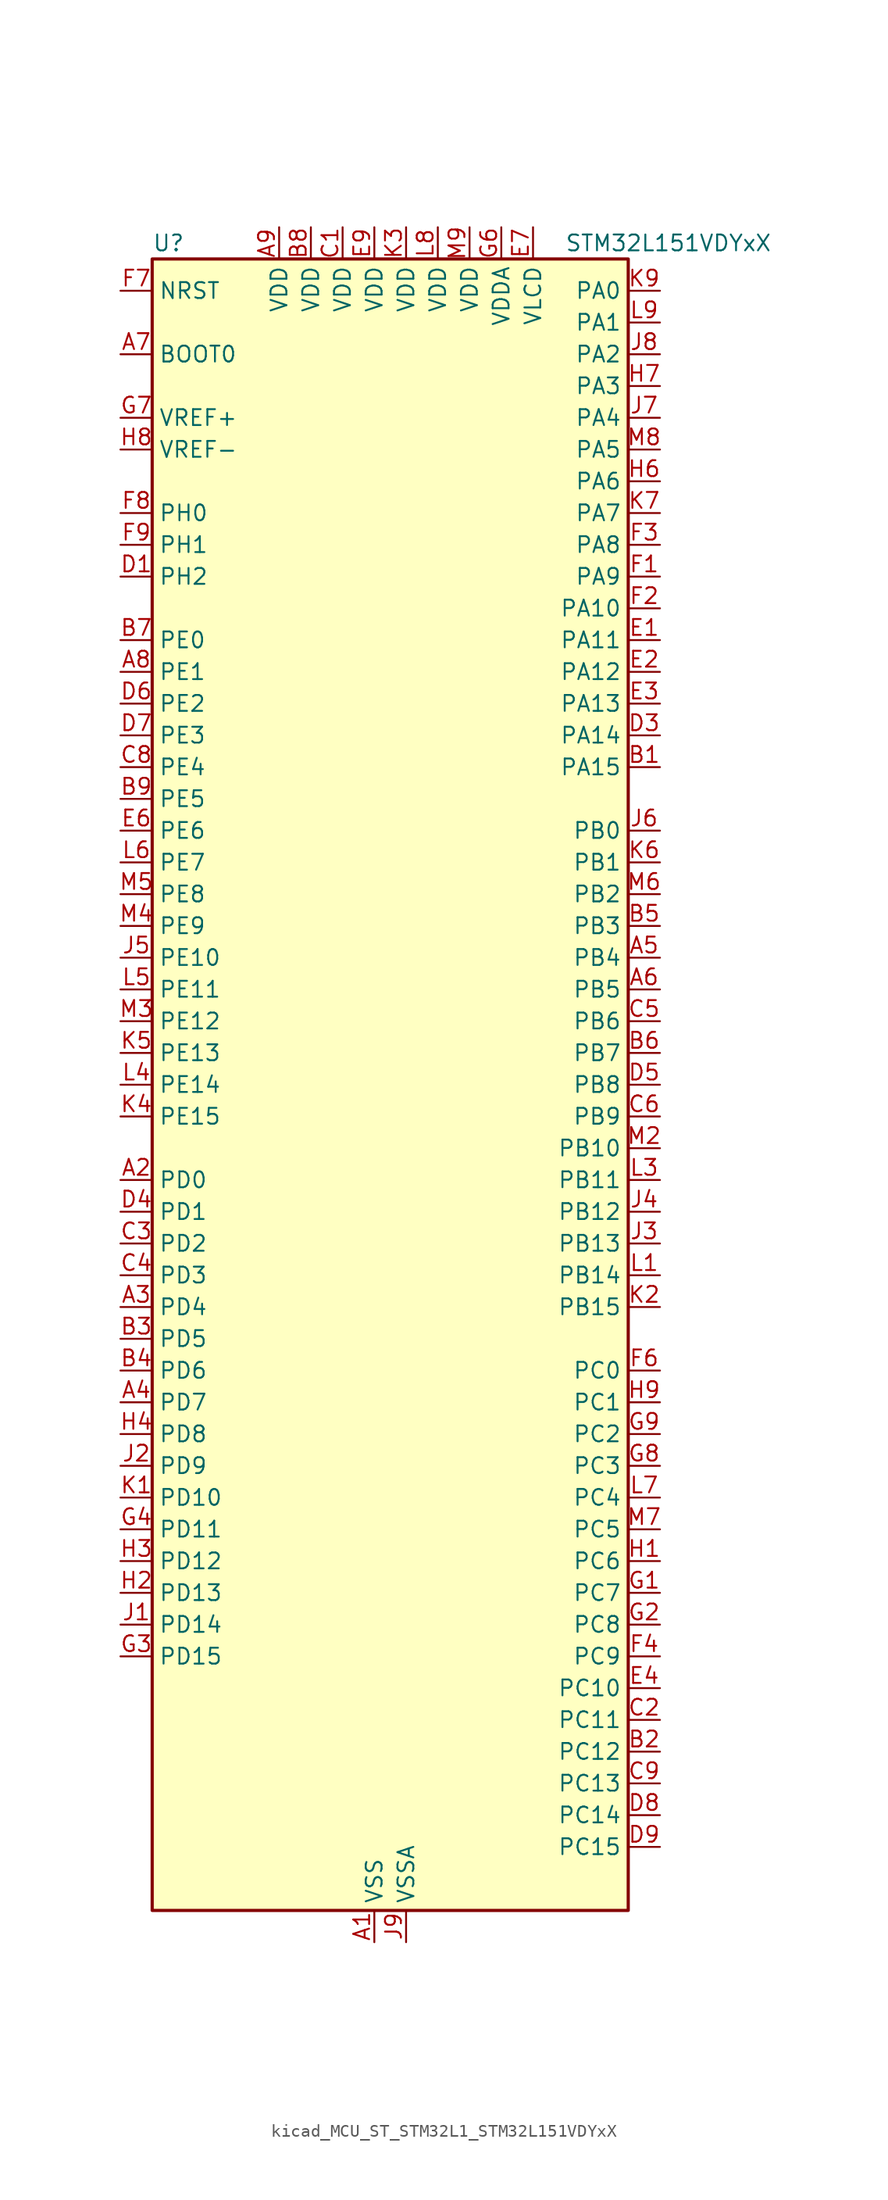
<source format=kicad_sym>
(kicad_symbol_lib
  (version 20220914)
  (generator kicad_symbol_editor)
  (symbol "kicad_MCU_ST_STM32L1_STM32L151VDYxX"
    (property "Reference" "U"
      (at -17.78 67.31 0)
      (effects (font (size 1.27 1.27)) (justify left)))
    (property "Value" "STM32L151VDYxX"
      (at 15.24 67.31 0)
      (effects (font (size 1.27 1.27)) (justify left)))
    (property "ki_locked" ""
      (at 0 0 0)
      (effects (font (size 1.27 1.27))))
    (symbol "kicad_MCU_ST_STM32L1_STM32L151VDYxX_0_1"
      (rectangle (start -17.78 -66.04) (end 20.32 66.04) (stroke (width 0.254) (type default)) (fill (type background))))
    (symbol "kicad_MCU_ST_STM32L1_STM32L151VDYxX_1_1"
      (pin power_in line (at 0 -68.58 90) (length 2.54) (name "VSS" (effects (font (size 1.27 1.27)))) (number "A1" (effects (font (size 1.27 1.27)))))
      (pin bidirectional line (at -20.32 -7.62 0) (length 2.54) (name "PD0" (effects (font (size 1.27 1.27)))) (number "A2" (effects (font (size 1.27 1.27)))) (alternate "I2S2_WS" bidirectional line) (alternate "SPI2_NSS" bidirectional line) (alternate "TIM9_CH1" bidirectional line) (alternate "TIMX_IC1" bidirectional line))
      (pin bidirectional line (at -20.32 -17.78 0) (length 2.54) (name "PD4" (effects (font (size 1.27 1.27)))) (number "A3" (effects (font (size 1.27 1.27)))) (alternate "I2S2_SD" bidirectional line) (alternate "SPI2_MOSI" bidirectional line) (alternate "TIMX_IC1" bidirectional line) (alternate "USART2_RTS" bidirectional line))
      (pin bidirectional line (at -20.32 -25.4 0) (length 2.54) (name "PD7" (effects (font (size 1.27 1.27)))) (number "A4" (effects (font (size 1.27 1.27)))) (alternate "TIM9_CH2" bidirectional line) (alternate "TIMX_IC4" bidirectional line) (alternate "USART2_CK" bidirectional line))
      (pin bidirectional line (at 22.86 10.16 180) (length 2.54) (name "PB4" (effects (font (size 1.27 1.27)))) (number "A5" (effects (font (size 1.27 1.27)))) (alternate "COMP2_INP" bidirectional line) (alternate "SPI1_MISO" bidirectional line) (alternate "SPI3_MISO" bidirectional line) (alternate "SYS_JTRST" bidirectional line) (alternate "TIM3_CH1" bidirectional line) (alternate "TS_G6_IO1" bidirectional line))
      (pin bidirectional line (at 22.86 7.62 180) (length 2.54) (name "PB5" (effects (font (size 1.27 1.27)))) (number "A6" (effects (font (size 1.27 1.27)))) (alternate "COMP2_INP" bidirectional line) (alternate "I2C1_SMBA" bidirectional line) (alternate "I2S3_SD" bidirectional line) (alternate "SPI1_MOSI" bidirectional line) (alternate "SPI3_MOSI" bidirectional line) (alternate "TIM3_CH2" bidirectional line) (alternate "TS_G6_IO2" bidirectional line))
      (pin input line (at -20.32 58.42 0) (length 2.54) (name "BOOT0" (effects (font (size 1.27 1.27)))) (number "A7" (effects (font (size 1.27 1.27)))))
      (pin bidirectional line (at -20.32 33.02 0) (length 2.54) (name "PE1" (effects (font (size 1.27 1.27)))) (number "A8" (effects (font (size 1.27 1.27)))) (alternate "TIM11_CH1" bidirectional line) (alternate "TIMX_IC2" bidirectional line))
      (pin power_in line (at -7.62 68.58 270) (length 2.54) (name "VDD" (effects (font (size 1.27 1.27)))) (number "A9" (effects (font (size 1.27 1.27)))))
      (pin bidirectional line (at 22.86 25.4 180) (length 2.54) (name "PA15" (effects (font (size 1.27 1.27)))) (number "B1" (effects (font (size 1.27 1.27)))) (alternate "ADC_EXTI15" bidirectional line) (alternate "I2S3_WS" bidirectional line) (alternate "SPI1_NSS" bidirectional line) (alternate "SPI3_NSS" bidirectional line) (alternate "SYS_JTDI" bidirectional line) (alternate "TIM2_CH1" bidirectional line) (alternate "TIM2_ETR" bidirectional line) (alternate "TIMX_IC4" bidirectional line) (alternate "TS_G5_IO3" bidirectional line))
      (pin bidirectional line (at 22.86 -53.34 180) (length 2.54) (name "PC12" (effects (font (size 1.27 1.27)))) (number "B2" (effects (font (size 1.27 1.27)))) (alternate "I2S3_SD" bidirectional line) (alternate "SPI3_MOSI" bidirectional line) (alternate "TIMX_IC1" bidirectional line) (alternate "UART5_TX" bidirectional line) (alternate "USART3_CK" bidirectional line))
      (pin bidirectional line (at -20.32 -20.32 0) (length 2.54) (name "PD5" (effects (font (size 1.27 1.27)))) (number "B3" (effects (font (size 1.27 1.27)))) (alternate "TIMX_IC2" bidirectional line) (alternate "USART2_TX" bidirectional line))
      (pin bidirectional line (at -20.32 -22.86 0) (length 2.54) (name "PD6" (effects (font (size 1.27 1.27)))) (number "B4" (effects (font (size 1.27 1.27)))) (alternate "TIMX_IC3" bidirectional line) (alternate "USART2_RX" bidirectional line))
      (pin bidirectional line (at 22.86 12.7 180) (length 2.54) (name "PB3" (effects (font (size 1.27 1.27)))) (number "B5" (effects (font (size 1.27 1.27)))) (alternate "COMP2_INM" bidirectional line) (alternate "I2S3_CK" bidirectional line) (alternate "SPI1_SCK" bidirectional line) (alternate "SPI3_SCK" bidirectional line) (alternate "SYS_JTDO-TRACESWO" bidirectional line) (alternate "TIM2_CH2" bidirectional line))
      (pin bidirectional line (at 22.86 2.54 180) (length 2.54) (name "PB7" (effects (font (size 1.27 1.27)))) (number "B6" (effects (font (size 1.27 1.27)))) (alternate "COMP2_INP" bidirectional line) (alternate "I2C1_SDA" bidirectional line) (alternate "SYS_PVD_IN" bidirectional line) (alternate "TIM4_CH2" bidirectional line) (alternate "TS_G6_IO4" bidirectional line) (alternate "USART1_RX" bidirectional line))
      (pin bidirectional line (at -20.32 35.56 0) (length 2.54) (name "PE0" (effects (font (size 1.27 1.27)))) (number "B7" (effects (font (size 1.27 1.27)))) (alternate "TIM10_CH1" bidirectional line) (alternate "TIM4_ETR" bidirectional line) (alternate "TIMX_IC1" bidirectional line))
      (pin power_in line (at -5.08 68.58 270) (length 2.54) (name "VDD" (effects (font (size 1.27 1.27)))) (number "B8" (effects (font (size 1.27 1.27)))))
      (pin bidirectional line (at -20.32 22.86 0) (length 2.54) (name "PE5" (effects (font (size 1.27 1.27)))) (number "B9" (effects (font (size 1.27 1.27)))) (alternate "SYS_TRACED2" bidirectional line) (alternate "TIM9_CH1" bidirectional line) (alternate "TIMX_IC2" bidirectional line))
      (pin power_in line (at -2.54 68.58 270) (length 2.54) (name "VDD" (effects (font (size 1.27 1.27)))) (number "C1" (effects (font (size 1.27 1.27)))))
      (pin bidirectional line (at 22.86 -50.8 180) (length 2.54) (name "PC11" (effects (font (size 1.27 1.27)))) (number "C2" (effects (font (size 1.27 1.27)))) (alternate "ADC_EXTI11" bidirectional line) (alternate "SPI3_MISO" bidirectional line) (alternate "TIMX_IC4" bidirectional line) (alternate "UART4_RX" bidirectional line) (alternate "USART3_RX" bidirectional line))
      (pin bidirectional line (at -20.32 -12.7 0) (length 2.54) (name "PD2" (effects (font (size 1.27 1.27)))) (number "C3" (effects (font (size 1.27 1.27)))) (alternate "TIM3_ETR" bidirectional line) (alternate "TIMX_IC3" bidirectional line) (alternate "UART5_RX" bidirectional line))
      (pin bidirectional line (at -20.32 -15.24 0) (length 2.54) (name "PD3" (effects (font (size 1.27 1.27)))) (number "C4" (effects (font (size 1.27 1.27)))) (alternate "SPI2_MISO" bidirectional line) (alternate "TIMX_IC4" bidirectional line) (alternate "USART2_CTS" bidirectional line))
      (pin bidirectional line (at 22.86 5.08 180) (length 2.54) (name "PB6" (effects (font (size 1.27 1.27)))) (number "C5" (effects (font (size 1.27 1.27)))) (alternate "COMP2_INP" bidirectional line) (alternate "I2C1_SCL" bidirectional line) (alternate "TIM4_CH1" bidirectional line) (alternate "TS_G6_IO3" bidirectional line) (alternate "USART1_TX" bidirectional line))
      (pin bidirectional line (at 22.86 -2.54 180) (length 2.54) (name "PB9" (effects (font (size 1.27 1.27)))) (number "C6" (effects (font (size 1.27 1.27)))) (alternate "DAC_EXTI9" bidirectional line) (alternate "I2C1_SDA" bidirectional line) (alternate "TIM11_CH1" bidirectional line) (alternate "TIM4_CH4" bidirectional line))
      (pin passive line (at 0 -68.58 90) (length 2.54) hide (name "VSS" (effects (font (size 1.27 1.27)))) (number "C7" (effects (font (size 1.27 1.27)))))
      (pin bidirectional line (at -20.32 25.4 0) (length 2.54) (name "PE4" (effects (font (size 1.27 1.27)))) (number "C8" (effects (font (size 1.27 1.27)))) (alternate "SYS_TRACED1" bidirectional line) (alternate "TIM3_CH2" bidirectional line) (alternate "TIMX_IC1" bidirectional line))
      (pin bidirectional line (at 22.86 -55.88 180) (length 2.54) (name "PC13" (effects (font (size 1.27 1.27)))) (number "C9" (effects (font (size 1.27 1.27)))) (alternate "RTC_OUT_ALARM" bidirectional line) (alternate "RTC_OUT_CALIB" bidirectional line) (alternate "RTC_TAMP1" bidirectional line) (alternate "RTC_TS" bidirectional line) (alternate "SYS_WKUP2" bidirectional line) (alternate "TIMX_IC2" bidirectional line))
      (pin bidirectional line (at -20.32 40.64 0) (length 2.54) (name "PH2" (effects (font (size 1.27 1.27)))) (number "D1" (effects (font (size 1.27 1.27)))))
      (pin passive line (at 0 -68.58 90) (length 2.54) hide (name "VSS" (effects (font (size 1.27 1.27)))) (number "D2" (effects (font (size 1.27 1.27)))))
      (pin bidirectional line (at 22.86 27.94 180) (length 2.54) (name "PA14" (effects (font (size 1.27 1.27)))) (number "D3" (effects (font (size 1.27 1.27)))) (alternate "SYS_JTCK-SWCLK" bidirectional line) (alternate "TIMX_IC3" bidirectional line) (alternate "TS_G5_IO2" bidirectional line))
      (pin bidirectional line (at -20.32 -10.16 0) (length 2.54) (name "PD1" (effects (font (size 1.27 1.27)))) (number "D4" (effects (font (size 1.27 1.27)))) (alternate "I2S2_CK" bidirectional line) (alternate "SPI2_SCK" bidirectional line) (alternate "TIMX_IC2" bidirectional line))
      (pin bidirectional line (at 22.86 0 180) (length 2.54) (name "PB8" (effects (font (size 1.27 1.27)))) (number "D5" (effects (font (size 1.27 1.27)))) (alternate "I2C1_SCL" bidirectional line) (alternate "TIM10_CH1" bidirectional line) (alternate "TIM4_CH3" bidirectional line))
      (pin bidirectional line (at -20.32 30.48 0) (length 2.54) (name "PE2" (effects (font (size 1.27 1.27)))) (number "D6" (effects (font (size 1.27 1.27)))) (alternate "SYS_TRACECK" bidirectional line) (alternate "TIM3_ETR" bidirectional line) (alternate "TIMX_IC3" bidirectional line))
      (pin bidirectional line (at -20.32 27.94 0) (length 2.54) (name "PE3" (effects (font (size 1.27 1.27)))) (number "D7" (effects (font (size 1.27 1.27)))) (alternate "SYS_TRACED0" bidirectional line) (alternate "TIM3_CH1" bidirectional line) (alternate "TIMX_IC4" bidirectional line))
      (pin bidirectional line (at 22.86 -58.42 180) (length 2.54) (name "PC14" (effects (font (size 1.27 1.27)))) (number "D8" (effects (font (size 1.27 1.27)))) (alternate "RCC_OSC32_IN" bidirectional line) (alternate "TIMX_IC3" bidirectional line))
      (pin bidirectional line (at 22.86 -60.96 180) (length 2.54) (name "PC15" (effects (font (size 1.27 1.27)))) (number "D9" (effects (font (size 1.27 1.27)))) (alternate "ADC_EXTI15" bidirectional line) (alternate "RCC_OSC32_OUT" bidirectional line) (alternate "TIMX_IC4" bidirectional line))
      (pin bidirectional line (at 22.86 35.56 180) (length 2.54) (name "PA11" (effects (font (size 1.27 1.27)))) (number "E1" (effects (font (size 1.27 1.27)))) (alternate "ADC_EXTI11" bidirectional line) (alternate "SPI1_MISO" bidirectional line) (alternate "TIMX_IC4" bidirectional line) (alternate "USART1_CTS" bidirectional line) (alternate "USB_DM" bidirectional line))
      (pin bidirectional line (at 22.86 33.02 180) (length 2.54) (name "PA12" (effects (font (size 1.27 1.27)))) (number "E2" (effects (font (size 1.27 1.27)))) (alternate "SPI1_MOSI" bidirectional line) (alternate "TIMX_IC1" bidirectional line) (alternate "USART1_RTS" bidirectional line) (alternate "USB_DP" bidirectional line))
      (pin bidirectional line (at 22.86 30.48 180) (length 2.54) (name "PA13" (effects (font (size 1.27 1.27)))) (number "E3" (effects (font (size 1.27 1.27)))) (alternate "SYS_JTMS-SWDIO" bidirectional line) (alternate "TIMX_IC2" bidirectional line) (alternate "TS_G5_IO1" bidirectional line))
      (pin bidirectional line (at 22.86 -48.26 180) (length 2.54) (name "PC10" (effects (font (size 1.27 1.27)))) (number "E4" (effects (font (size 1.27 1.27)))) (alternate "I2S3_CK" bidirectional line) (alternate "SPI3_SCK" bidirectional line) (alternate "TIMX_IC3" bidirectional line) (alternate "UART4_TX" bidirectional line) (alternate "USART3_TX" bidirectional line))
      (pin bidirectional line (at -20.32 20.32 0) (length 2.54) (name "PE6" (effects (font (size 1.27 1.27)))) (number "E6" (effects (font (size 1.27 1.27)))) (alternate "RTC_TAMP3" bidirectional line) (alternate "SYS_TRACED3" bidirectional line) (alternate "SYS_WKUP3" bidirectional line) (alternate "TIM9_CH2" bidirectional line) (alternate "TIMX_IC3" bidirectional line))
      (pin power_in line (at 12.7 68.58 270) (length 2.54) (name "VLCD" (effects (font (size 1.27 1.27)))) (number "E7" (effects (font (size 1.27 1.27)))))
      (pin passive line (at 0 -68.58 90) (length 2.54) hide (name "VSS" (effects (font (size 1.27 1.27)))) (number "E8" (effects (font (size 1.27 1.27)))))
      (pin power_in line (at 0 68.58 270) (length 2.54) (name "VDD" (effects (font (size 1.27 1.27)))) (number "E9" (effects (font (size 1.27 1.27)))))
      (pin bidirectional line (at 22.86 40.64 180) (length 2.54) (name "PA9" (effects (font (size 1.27 1.27)))) (number "F1" (effects (font (size 1.27 1.27)))) (alternate "DAC_EXTI9" bidirectional line) (alternate "TIMX_IC2" bidirectional line) (alternate "TS_G4_IO2" bidirectional line) (alternate "USART1_TX" bidirectional line))
      (pin bidirectional line (at 22.86 38.1 180) (length 2.54) (name "PA10" (effects (font (size 1.27 1.27)))) (number "F2" (effects (font (size 1.27 1.27)))) (alternate "TIMX_IC3" bidirectional line) (alternate "TS_G4_IO3" bidirectional line) (alternate "USART1_RX" bidirectional line))
      (pin bidirectional line (at 22.86 43.18 180) (length 2.54) (name "PA8" (effects (font (size 1.27 1.27)))) (number "F3" (effects (font (size 1.27 1.27)))) (alternate "RCC_MCO" bidirectional line) (alternate "TIMX_IC1" bidirectional line) (alternate "TS_G4_IO1" bidirectional line) (alternate "USART1_CK" bidirectional line))
      (pin bidirectional line (at 22.86 -45.72 180) (length 2.54) (name "PC9" (effects (font (size 1.27 1.27)))) (number "F4" (effects (font (size 1.27 1.27)))) (alternate "DAC_EXTI9" bidirectional line) (alternate "TIM3_CH4" bidirectional line) (alternate "TIMX_IC2" bidirectional line) (alternate "TS_G10_IO4" bidirectional line))
      (pin bidirectional line (at 22.86 -22.86 180) (length 2.54) (name "PC0" (effects (font (size 1.27 1.27)))) (number "F6" (effects (font (size 1.27 1.27)))) (alternate "ADC_IN10" bidirectional line) (alternate "COMP1_INP" bidirectional line) (alternate "TIMX_IC1" bidirectional line) (alternate "TS_G8_IO1" bidirectional line))
      (pin input line (at -20.32 63.5 0) (length 2.54) (name "NRST" (effects (font (size 1.27 1.27)))) (number "F7" (effects (font (size 1.27 1.27)))))
      (pin bidirectional line (at -20.32 45.72 0) (length 2.54) (name "PH0" (effects (font (size 1.27 1.27)))) (number "F8" (effects (font (size 1.27 1.27)))) (alternate "RCC_OSC_IN" bidirectional line))
      (pin bidirectional line (at -20.32 43.18 0) (length 2.54) (name "PH1" (effects (font (size 1.27 1.27)))) (number "F9" (effects (font (size 1.27 1.27)))) (alternate "RCC_OSC_OUT" bidirectional line))
      (pin bidirectional line (at 22.86 -40.64 180) (length 2.54) (name "PC7" (effects (font (size 1.27 1.27)))) (number "G1" (effects (font (size 1.27 1.27)))) (alternate "I2S3_MCK" bidirectional line) (alternate "TIM3_CH2" bidirectional line) (alternate "TIMX_IC4" bidirectional line) (alternate "TS_G10_IO2" bidirectional line))
      (pin bidirectional line (at 22.86 -43.18 180) (length 2.54) (name "PC8" (effects (font (size 1.27 1.27)))) (number "G2" (effects (font (size 1.27 1.27)))) (alternate "TIM3_CH3" bidirectional line) (alternate "TIMX_IC1" bidirectional line) (alternate "TS_G10_IO3" bidirectional line))
      (pin bidirectional line (at -20.32 -45.72 0) (length 2.54) (name "PD15" (effects (font (size 1.27 1.27)))) (number "G3" (effects (font (size 1.27 1.27)))) (alternate "ADC_EXTI15" bidirectional line) (alternate "TIM4_CH4" bidirectional line) (alternate "TIMX_IC4" bidirectional line))
      (pin bidirectional line (at -20.32 -35.56 0) (length 2.54) (name "PD11" (effects (font (size 1.27 1.27)))) (number "G4" (effects (font (size 1.27 1.27)))) (alternate "ADC_EXTI11" bidirectional line) (alternate "TIMX_IC4" bidirectional line) (alternate "USART3_CTS" bidirectional line))
      (pin power_in line (at 10.16 68.58 270) (length 2.54) (name "VDDA" (effects (font (size 1.27 1.27)))) (number "G6" (effects (font (size 1.27 1.27)))))
      (pin input line (at -20.32 53.34 0) (length 2.54) (name "VREF+" (effects (font (size 1.27 1.27)))) (number "G7" (effects (font (size 1.27 1.27)))))
      (pin bidirectional line (at 22.86 -30.48 180) (length 2.54) (name "PC3" (effects (font (size 1.27 1.27)))) (number "G8" (effects (font (size 1.27 1.27)))) (alternate "ADC_IN13" bidirectional line) (alternate "COMP1_INP" bidirectional line) (alternate "TIMX_IC4" bidirectional line) (alternate "TS_G8_IO4" bidirectional line))
      (pin bidirectional line (at 22.86 -27.94 180) (length 2.54) (name "PC2" (effects (font (size 1.27 1.27)))) (number "G9" (effects (font (size 1.27 1.27)))) (alternate "ADC_IN12" bidirectional line) (alternate "COMP1_INP" bidirectional line) (alternate "TIMX_IC3" bidirectional line) (alternate "TS_G8_IO3" bidirectional line))
      (pin bidirectional line (at 22.86 -38.1 180) (length 2.54) (name "PC6" (effects (font (size 1.27 1.27)))) (number "H1" (effects (font (size 1.27 1.27)))) (alternate "I2S2_MCK" bidirectional line) (alternate "TIM3_CH1" bidirectional line) (alternate "TIMX_IC3" bidirectional line) (alternate "TS_G10_IO1" bidirectional line))
      (pin bidirectional line (at -20.32 -40.64 0) (length 2.54) (name "PD13" (effects (font (size 1.27 1.27)))) (number "H2" (effects (font (size 1.27 1.27)))) (alternate "TIM4_CH2" bidirectional line) (alternate "TIMX_IC2" bidirectional line))
      (pin bidirectional line (at -20.32 -38.1 0) (length 2.54) (name "PD12" (effects (font (size 1.27 1.27)))) (number "H3" (effects (font (size 1.27 1.27)))) (alternate "TIM4_CH1" bidirectional line) (alternate "TIMX_IC1" bidirectional line) (alternate "USART3_RTS" bidirectional line))
      (pin bidirectional line (at -20.32 -27.94 0) (length 2.54) (name "PD8" (effects (font (size 1.27 1.27)))) (number "H4" (effects (font (size 1.27 1.27)))) (alternate "TIMX_IC1" bidirectional line) (alternate "USART3_TX" bidirectional line))
      (pin bidirectional line (at 22.86 48.26 180) (length 2.54) (name "PA6" (effects (font (size 1.27 1.27)))) (number "H6" (effects (font (size 1.27 1.27)))) (alternate "ADC_IN6" bidirectional line) (alternate "COMP1_INP" bidirectional line) (alternate "OPAMP2_VINP" bidirectional line) (alternate "SPI1_MISO" bidirectional line) (alternate "TIM10_CH1" bidirectional line) (alternate "TIM3_CH1" bidirectional line) (alternate "TIMX_IC3" bidirectional line) (alternate "TS_G2_IO1" bidirectional line))
      (pin bidirectional line (at 22.86 55.88 180) (length 2.54) (name "PA3" (effects (font (size 1.27 1.27)))) (number "H7" (effects (font (size 1.27 1.27)))) (alternate "ADC_IN3" bidirectional line) (alternate "COMP1_INP" bidirectional line) (alternate "OPAMP1_VOUT" bidirectional line) (alternate "TIM2_CH4" bidirectional line) (alternate "TIM5_CH4" bidirectional line) (alternate "TIM9_CH2" bidirectional line) (alternate "TIMX_IC4" bidirectional line) (alternate "TS_G1_IO4" bidirectional line) (alternate "USART2_RX" bidirectional line))
      (pin input line (at -20.32 50.8 0) (length 2.54) (name "VREF-" (effects (font (size 1.27 1.27)))) (number "H8" (effects (font (size 1.27 1.27)))))
      (pin bidirectional line (at 22.86 -25.4 180) (length 2.54) (name "PC1" (effects (font (size 1.27 1.27)))) (number "H9" (effects (font (size 1.27 1.27)))) (alternate "ADC_IN11" bidirectional line) (alternate "COMP1_INP" bidirectional line) (alternate "TIMX_IC2" bidirectional line) (alternate "TS_G8_IO2" bidirectional line))
      (pin bidirectional line (at -20.32 -43.18 0) (length 2.54) (name "PD14" (effects (font (size 1.27 1.27)))) (number "J1" (effects (font (size 1.27 1.27)))) (alternate "TIM4_CH3" bidirectional line) (alternate "TIMX_IC3" bidirectional line))
      (pin bidirectional line (at -20.32 -30.48 0) (length 2.54) (name "PD9" (effects (font (size 1.27 1.27)))) (number "J2" (effects (font (size 1.27 1.27)))) (alternate "DAC_EXTI9" bidirectional line) (alternate "TIMX_IC2" bidirectional line) (alternate "USART3_RX" bidirectional line))
      (pin bidirectional line (at 22.86 -12.7 180) (length 2.54) (name "PB13" (effects (font (size 1.27 1.27)))) (number "J3" (effects (font (size 1.27 1.27)))) (alternate "ADC_IN19" bidirectional line) (alternate "COMP1_INP" bidirectional line) (alternate "I2S2_CK" bidirectional line) (alternate "SPI2_SCK" bidirectional line) (alternate "TIM9_CH1" bidirectional line) (alternate "TS_G7_IO2" bidirectional line) (alternate "USART3_CTS" bidirectional line))
      (pin bidirectional line (at 22.86 -10.16 180) (length 2.54) (name "PB12" (effects (font (size 1.27 1.27)))) (number "J4" (effects (font (size 1.27 1.27)))) (alternate "ADC_IN18" bidirectional line) (alternate "COMP1_INP" bidirectional line) (alternate "I2C2_SMBA" bidirectional line) (alternate "I2S2_WS" bidirectional line) (alternate "SPI2_NSS" bidirectional line) (alternate "TIM10_CH1" bidirectional line) (alternate "TS_G7_IO1" bidirectional line) (alternate "USART3_CK" bidirectional line))
      (pin bidirectional line (at -20.32 10.16 0) (length 2.54) (name "PE10" (effects (font (size 1.27 1.27)))) (number "J5" (effects (font (size 1.27 1.27)))) (alternate "ADC_IN25" bidirectional line) (alternate "COMP1_INP" bidirectional line) (alternate "TIM2_CH2" bidirectional line) (alternate "TIMX_IC3" bidirectional line))
      (pin bidirectional line (at 22.86 20.32 180) (length 2.54) (name "PB0" (effects (font (size 1.27 1.27)))) (number "J6" (effects (font (size 1.27 1.27)))) (alternate "ADC_IN8" bidirectional line) (alternate "COMP1_INP" bidirectional line) (alternate "OPAMP2_VOUT" bidirectional line) (alternate "SYS_V_REF_OUT" bidirectional line) (alternate "TIM3_CH3" bidirectional line) (alternate "TS_G3_IO1" bidirectional line))
      (pin bidirectional line (at 22.86 53.34 180) (length 2.54) (name "PA4" (effects (font (size 1.27 1.27)))) (number "J7" (effects (font (size 1.27 1.27)))) (alternate "ADC_IN4" bidirectional line) (alternate "COMP1_INP" bidirectional line) (alternate "DAC_OUT1" bidirectional line) (alternate "I2S3_WS" bidirectional line) (alternate "SPI1_NSS" bidirectional line) (alternate "SPI3_NSS" bidirectional line) (alternate "TIMX_IC1" bidirectional line) (alternate "USART2_CK" bidirectional line))
      (pin bidirectional line (at 22.86 58.42 180) (length 2.54) (name "PA2" (effects (font (size 1.27 1.27)))) (number "J8" (effects (font (size 1.27 1.27)))) (alternate "ADC_IN2" bidirectional line) (alternate "COMP1_INP" bidirectional line) (alternate "OPAMP1_VINM" bidirectional line) (alternate "TIM2_CH3" bidirectional line) (alternate "TIM5_CH3" bidirectional line) (alternate "TIM9_CH1" bidirectional line) (alternate "TIMX_IC3" bidirectional line) (alternate "TS_G1_IO3" bidirectional line) (alternate "USART2_TX" bidirectional line))
      (pin power_in line (at 2.54 -68.58 90) (length 2.54) (name "VSSA" (effects (font (size 1.27 1.27)))) (number "J9" (effects (font (size 1.27 1.27)))))
      (pin bidirectional line (at -20.32 -33.02 0) (length 2.54) (name "PD10" (effects (font (size 1.27 1.27)))) (number "K1" (effects (font (size 1.27 1.27)))) (alternate "TIMX_IC3" bidirectional line) (alternate "USART3_CK" bidirectional line))
      (pin bidirectional line (at 22.86 -17.78 180) (length 2.54) (name "PB15" (effects (font (size 1.27 1.27)))) (number "K2" (effects (font (size 1.27 1.27)))) (alternate "ADC_EXTI15" bidirectional line) (alternate "ADC_IN21" bidirectional line) (alternate "COMP1_INP" bidirectional line) (alternate "I2S2_SD" bidirectional line) (alternate "RTC_REFIN" bidirectional line) (alternate "SPI2_MOSI" bidirectional line) (alternate "TIM11_CH1" bidirectional line) (alternate "TS_G7_IO4" bidirectional line))
      (pin power_in line (at 2.54 68.58 270) (length 2.54) (name "VDD" (effects (font (size 1.27 1.27)))) (number "K3" (effects (font (size 1.27 1.27)))))
      (pin bidirectional line (at -20.32 -2.54 0) (length 2.54) (name "PE15" (effects (font (size 1.27 1.27)))) (number "K4" (effects (font (size 1.27 1.27)))) (alternate "ADC_EXTI15" bidirectional line) (alternate "SPI1_MOSI" bidirectional line) (alternate "TIMX_IC4" bidirectional line))
      (pin bidirectional line (at -20.32 2.54 0) (length 2.54) (name "PE13" (effects (font (size 1.27 1.27)))) (number "K5" (effects (font (size 1.27 1.27)))) (alternate "SPI1_SCK" bidirectional line) (alternate "TIMX_IC2" bidirectional line))
      (pin bidirectional line (at 22.86 17.78 180) (length 2.54) (name "PB1" (effects (font (size 1.27 1.27)))) (number "K6" (effects (font (size 1.27 1.27)))) (alternate "ADC_IN9" bidirectional line) (alternate "COMP1_INP" bidirectional line) (alternate "SYS_V_REF_OUT" bidirectional line) (alternate "TIM3_CH4" bidirectional line) (alternate "TS_G3_IO2" bidirectional line))
      (pin bidirectional line (at 22.86 45.72 180) (length 2.54) (name "PA7" (effects (font (size 1.27 1.27)))) (number "K7" (effects (font (size 1.27 1.27)))) (alternate "ADC_IN7" bidirectional line) (alternate "COMP1_INP" bidirectional line) (alternate "OPAMP2_VINM" bidirectional line) (alternate "SPI1_MOSI" bidirectional line) (alternate "TIM11_CH1" bidirectional line) (alternate "TIM3_CH2" bidirectional line) (alternate "TIMX_IC4" bidirectional line) (alternate "TS_G2_IO2" bidirectional line))
      (pin passive line (at 0 -68.58 90) (length 2.54) hide (name "VSS" (effects (font (size 1.27 1.27)))) (number "K8" (effects (font (size 1.27 1.27)))))
      (pin bidirectional line (at 22.86 63.5 180) (length 2.54) (name "PA0" (effects (font (size 1.27 1.27)))) (number "K9" (effects (font (size 1.27 1.27)))) (alternate "ADC_IN0" bidirectional line) (alternate "COMP1_INP" bidirectional line) (alternate "RTC_TAMP2" bidirectional line) (alternate "SYS_WKUP1" bidirectional line) (alternate "TIM2_CH1" bidirectional line) (alternate "TIM2_ETR" bidirectional line) (alternate "TIM5_CH1" bidirectional line) (alternate "TIMX_IC1" bidirectional line) (alternate "TS_G1_IO1" bidirectional line) (alternate "USART2_CTS" bidirectional line))
      (pin bidirectional line (at 22.86 -15.24 180) (length 2.54) (name "PB14" (effects (font (size 1.27 1.27)))) (number "L1" (effects (font (size 1.27 1.27)))) (alternate "ADC_IN20" bidirectional line) (alternate "COMP1_INP" bidirectional line) (alternate "SPI2_MISO" bidirectional line) (alternate "TIM9_CH2" bidirectional line) (alternate "TS_G7_IO3" bidirectional line) (alternate "USART3_RTS" bidirectional line))
      (pin passive line (at 0 -68.58 90) (length 2.54) hide (name "VSS" (effects (font (size 1.27 1.27)))) (number "L2" (effects (font (size 1.27 1.27)))))
      (pin bidirectional line (at 22.86 -7.62 180) (length 2.54) (name "PB11" (effects (font (size 1.27 1.27)))) (number "L3" (effects (font (size 1.27 1.27)))) (alternate "ADC_EXTI11" bidirectional line) (alternate "I2C2_SDA" bidirectional line) (alternate "TIM2_CH4" bidirectional line) (alternate "USART3_RX" bidirectional line))
      (pin bidirectional line (at -20.32 0 0) (length 2.54) (name "PE14" (effects (font (size 1.27 1.27)))) (number "L4" (effects (font (size 1.27 1.27)))) (alternate "SPI1_MISO" bidirectional line) (alternate "TIMX_IC3" bidirectional line))
      (pin bidirectional line (at -20.32 7.62 0) (length 2.54) (name "PE11" (effects (font (size 1.27 1.27)))) (number "L5" (effects (font (size 1.27 1.27)))) (alternate "ADC_EXTI11" bidirectional line) (alternate "TIM2_CH3" bidirectional line) (alternate "TIMX_IC4" bidirectional line))
      (pin bidirectional line (at -20.32 17.78 0) (length 2.54) (name "PE7" (effects (font (size 1.27 1.27)))) (number "L6" (effects (font (size 1.27 1.27)))) (alternate "ADC_IN22" bidirectional line) (alternate "COMP1_INP" bidirectional line) (alternate "TIMX_IC4" bidirectional line))
      (pin bidirectional line (at 22.86 -33.02 180) (length 2.54) (name "PC4" (effects (font (size 1.27 1.27)))) (number "L7" (effects (font (size 1.27 1.27)))) (alternate "ADC_IN14" bidirectional line) (alternate "COMP1_INP" bidirectional line) (alternate "TIMX_IC1" bidirectional line) (alternate "TS_G9_IO1" bidirectional line))
      (pin power_in line (at 5.08 68.58 270) (length 2.54) (name "VDD" (effects (font (size 1.27 1.27)))) (number "L8" (effects (font (size 1.27 1.27)))))
      (pin bidirectional line (at 22.86 60.96 180) (length 2.54) (name "PA1" (effects (font (size 1.27 1.27)))) (number "L9" (effects (font (size 1.27 1.27)))) (alternate "ADC_IN1" bidirectional line) (alternate "COMP1_INP" bidirectional line) (alternate "OPAMP1_VINP" bidirectional line) (alternate "TIM2_CH2" bidirectional line) (alternate "TIM5_CH2" bidirectional line) (alternate "TIMX_IC2" bidirectional line) (alternate "TS_G1_IO2" bidirectional line) (alternate "USART2_RTS" bidirectional line))
      (pin passive line (at 0 -68.58 90) (length 2.54) hide (name "VSS" (effects (font (size 1.27 1.27)))) (number "M1" (effects (font (size 1.27 1.27)))))
      (pin bidirectional line (at 22.86 -5.08 180) (length 2.54) (name "PB10" (effects (font (size 1.27 1.27)))) (number "M2" (effects (font (size 1.27 1.27)))) (alternate "I2C2_SCL" bidirectional line) (alternate "TIM2_CH3" bidirectional line) (alternate "USART3_TX" bidirectional line))
      (pin bidirectional line (at -20.32 5.08 0) (length 2.54) (name "PE12" (effects (font (size 1.27 1.27)))) (number "M3" (effects (font (size 1.27 1.27)))) (alternate "SPI1_NSS" bidirectional line) (alternate "TIM2_CH4" bidirectional line) (alternate "TIMX_IC1" bidirectional line))
      (pin bidirectional line (at -20.32 12.7 0) (length 2.54) (name "PE9" (effects (font (size 1.27 1.27)))) (number "M4" (effects (font (size 1.27 1.27)))) (alternate "ADC_IN24" bidirectional line) (alternate "COMP1_INP" bidirectional line) (alternate "DAC_EXTI9" bidirectional line) (alternate "TIM2_CH1" bidirectional line) (alternate "TIM2_ETR" bidirectional line) (alternate "TIMX_IC2" bidirectional line))
      (pin bidirectional line (at -20.32 15.24 0) (length 2.54) (name "PE8" (effects (font (size 1.27 1.27)))) (number "M5" (effects (font (size 1.27 1.27)))) (alternate "ADC_IN23" bidirectional line) (alternate "COMP1_INP" bidirectional line) (alternate "TIMX_IC1" bidirectional line))
      (pin bidirectional line (at 22.86 15.24 180) (length 2.54) (name "PB2" (effects (font (size 1.27 1.27)))) (number "M6" (effects (font (size 1.27 1.27)))) (alternate "ADC_IN0b" bidirectional line) (alternate "TS_G3_IO3" bidirectional line))
      (pin bidirectional line (at 22.86 -35.56 180) (length 2.54) (name "PC5" (effects (font (size 1.27 1.27)))) (number "M7" (effects (font (size 1.27 1.27)))) (alternate "ADC_IN15" bidirectional line) (alternate "COMP1_INP" bidirectional line) (alternate "TIMX_IC2" bidirectional line) (alternate "TS_G9_IO2" bidirectional line))
      (pin bidirectional line (at 22.86 50.8 180) (length 2.54) (name "PA5" (effects (font (size 1.27 1.27)))) (number "M8" (effects (font (size 1.27 1.27)))) (alternate "ADC_IN5" bidirectional line) (alternate "COMP1_INP" bidirectional line) (alternate "DAC_OUT2" bidirectional line) (alternate "SPI1_SCK" bidirectional line) (alternate "TIM2_CH1" bidirectional line) (alternate "TIM2_ETR" bidirectional line) (alternate "TIMX_IC2" bidirectional line))
      (pin power_in line (at 7.62 68.58 270) (length 2.54) (name "VDD" (effects (font (size 1.27 1.27)))) (number "M9" (effects (font (size 1.27 1.27))))))))
</source>
